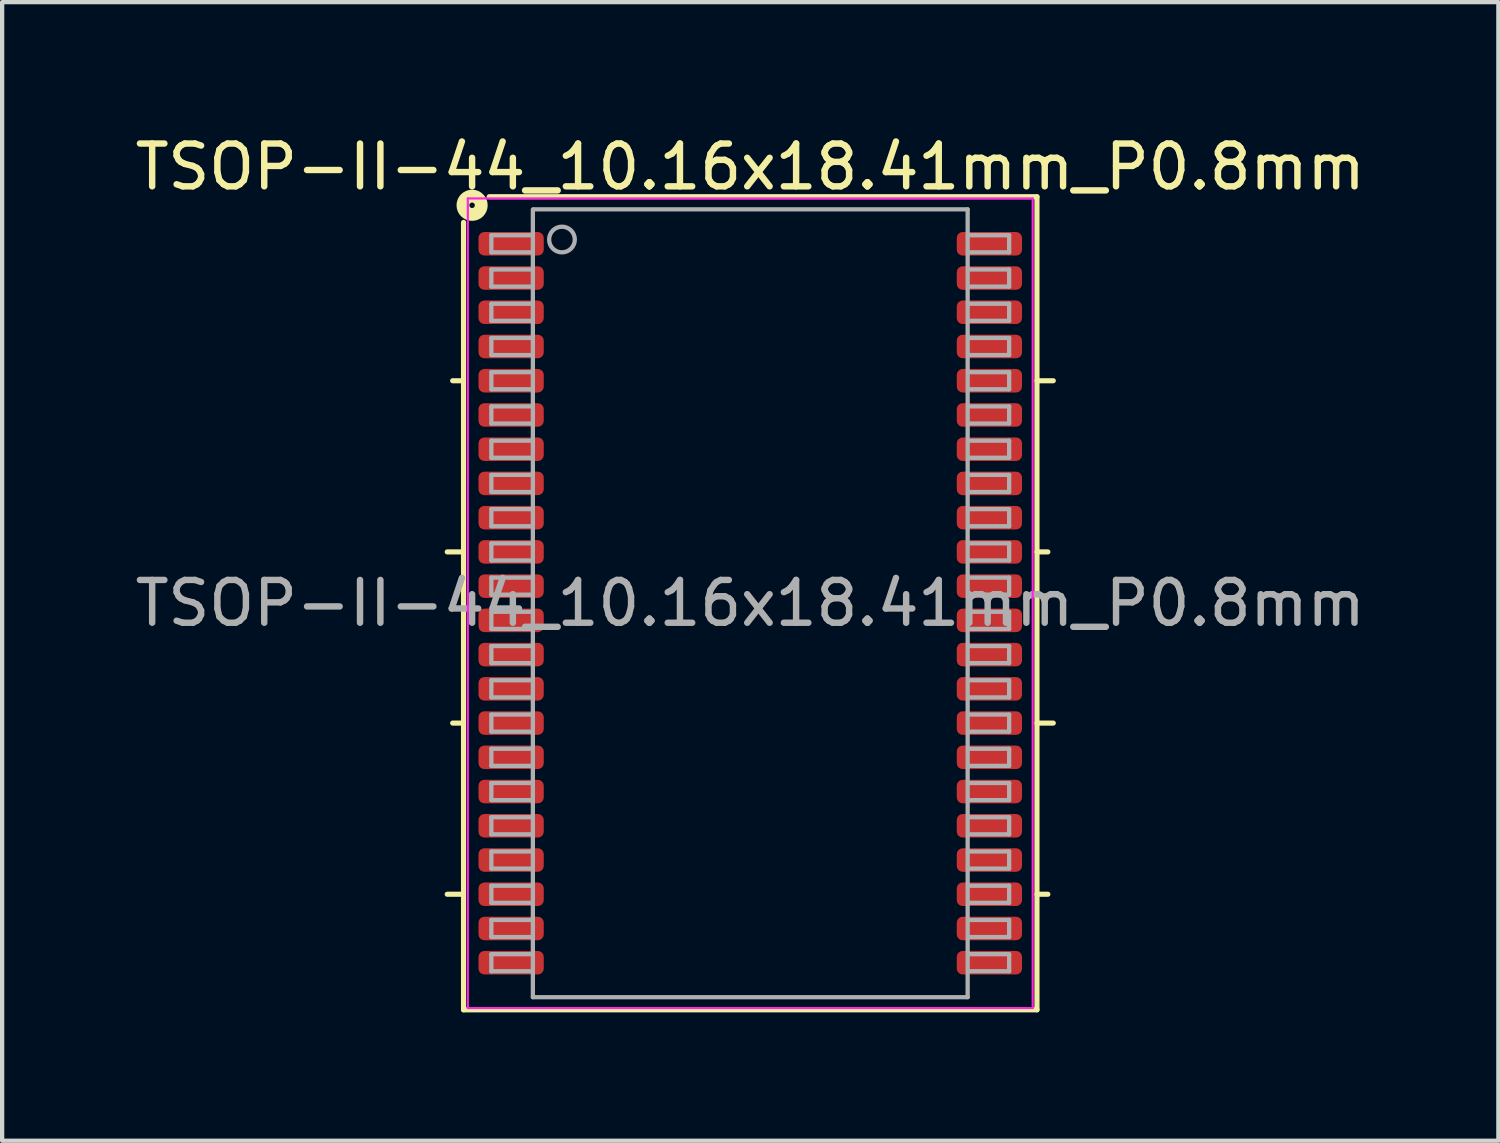
<source format=kicad_pcb>
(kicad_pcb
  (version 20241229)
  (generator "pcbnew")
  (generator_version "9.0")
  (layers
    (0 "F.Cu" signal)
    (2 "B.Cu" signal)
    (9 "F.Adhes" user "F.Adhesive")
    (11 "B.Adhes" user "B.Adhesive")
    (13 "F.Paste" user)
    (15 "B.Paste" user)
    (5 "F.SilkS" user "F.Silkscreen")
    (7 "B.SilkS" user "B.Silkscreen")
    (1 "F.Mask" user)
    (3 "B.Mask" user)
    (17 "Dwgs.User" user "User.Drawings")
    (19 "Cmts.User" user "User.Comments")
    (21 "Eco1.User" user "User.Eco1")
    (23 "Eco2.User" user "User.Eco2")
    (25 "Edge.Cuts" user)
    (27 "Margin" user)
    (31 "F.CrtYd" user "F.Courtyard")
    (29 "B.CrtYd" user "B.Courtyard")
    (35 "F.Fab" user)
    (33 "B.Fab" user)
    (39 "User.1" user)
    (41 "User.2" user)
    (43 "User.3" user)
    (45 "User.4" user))
  (footprint "TSOP-II-44_10.16x18.41mm_P0.8mm"
    (layer "F.Cu")
    (at 14.482 11.047)
    (property "Reference" "TSOP-II-44_10.16x18.41mm_P0.8mm" (at 0 -10.198 0) (layer "F.SilkS") (effects (font (size 1 1) (thickness 0.15))))
    (attr smd)
    (fp_line (start -7.081 6.8) (end -6.7 6.8) (stroke (width 0.12) (type solid)) (layer "F.SilkS"))
    (fp_line (start -6.954 -5.2) (end -6.7 -5.2) (stroke (width 0.12) (type solid)) (layer "F.SilkS"))
    (fp_line (start -6.954 2.8) (end -6.7 2.8) (stroke (width 0.12) (type solid)) (layer "F.SilkS"))
    (fp_line (start -6.7 -8.9) (end -6.7 9.5) (stroke (width 0.12) (type solid)) (layer "F.SilkS"))
    (fp_line (start -6.7 -1.2) (end -7.081 -1.2) (stroke (width 0.12) (type solid)) (layer "F.SilkS"))
    (fp_line (start -6.7 9.5) (end 6.7 9.5) (stroke (width 0.12) (type solid)) (layer "F.SilkS"))
    (fp_line (start 6.7 -9.5) (end -6.1 -9.5) (stroke (width 0.12) (type solid)) (layer "F.SilkS"))
    (fp_line (start 6.7 -5.2) (end 7.081 -5.2) (stroke (width 0.12) (type solid)) (layer "F.SilkS"))
    (fp_line (start 6.7 -1.2) (end 6.954 -1.2) (stroke (width 0.12) (type solid)) (layer "F.SilkS"))
    (fp_line (start 6.7 9.5) (end 6.7 -9.5) (stroke (width 0.12) (type solid)) (layer "F.SilkS"))
    (fp_line (start 6.954 6.8) (end 6.7 6.8) (stroke (width 0.12) (type solid)) (layer "F.SilkS"))
    (fp_line (start 7.081 2.8) (end 6.7 2.8) (stroke (width 0.12) (type solid)) (layer "F.SilkS"))
    (fp_circle (center -6.5 -9.3) (end -6.436 -9.3) (stroke (width 0.3) (type solid)) (fill no) (layer "F.SilkS"))
    (fp_line (start -6.6 -9.46) (end -6.6 9.46) (stroke (width 0.05) (type solid)) (layer "F.CrtYd"))
    (fp_line (start -6.6 9.46) (end 6.6 9.46) (stroke (width 0.05) (type solid)) (layer "F.CrtYd"))
    (fp_line (start 6.6 -9.46) (end -6.6 -9.46) (stroke (width 0.05) (type solid)) (layer "F.CrtYd"))
    (fp_line (start 6.6 9.46) (end 6.6 -9.46) (stroke (width 0.05) (type solid)) (layer "F.CrtYd"))
    (fp_line (start -6.05 -8.6) (end -6.05 -8.2) (stroke (width 0.1) (type solid)) (layer "F.Fab"))
    (fp_line (start -6.05 -8.6) (end -5.1 -8.6) (stroke (width 0.1) (type solid)) (layer "F.Fab"))
    (fp_line (start -6.05 -8.2) (end -5.1 -8.2) (stroke (width 0.1) (type solid)) (layer "F.Fab"))
    (fp_line (start -6.05 -7.8) (end -6.05 -7.4) (stroke (width 0.1) (type solid)) (layer "F.Fab"))
    (fp_line (start -6.05 -7.8) (end -5.1 -7.8) (stroke (width 0.1) (type solid)) (layer "F.Fab"))
    (fp_line (start -6.05 -7.4) (end -5.1 -7.4) (stroke (width 0.1) (type solid)) (layer "F.Fab"))
    (fp_line (start -6.05 -7) (end -6.05 -6.6) (stroke (width 0.1) (type solid)) (layer "F.Fab"))
    (fp_line (start -6.05 -7) (end -5.1 -7) (stroke (width 0.1) (type solid)) (layer "F.Fab"))
    (fp_line (start -6.05 -6.6) (end -5.1 -6.6) (stroke (width 0.1) (type solid)) (layer "F.Fab"))
    (fp_line (start -6.05 -6.2) (end -6.05 -5.8) (stroke (width 0.1) (type solid)) (layer "F.Fab"))
    (fp_line (start -6.05 -6.2) (end -5.1 -6.2) (stroke (width 0.1) (type solid)) (layer "F.Fab"))
    (fp_line (start -6.05 -5.8) (end -5.1 -5.8) (stroke (width 0.1) (type solid)) (layer "F.Fab"))
    (fp_line (start -6.05 -5.4) (end -6.05 -5) (stroke (width 0.1) (type solid)) (layer "F.Fab"))
    (fp_line (start -6.05 -5.4) (end -5.1 -5.4) (stroke (width 0.1) (type solid)) (layer "F.Fab"))
    (fp_line (start -6.05 -5) (end -5.1 -5) (stroke (width 0.1) (type solid)) (layer "F.Fab"))
    (fp_line (start -6.05 -4.6) (end -6.05 -4.2) (stroke (width 0.1) (type solid)) (layer "F.Fab"))
    (fp_line (start -6.05 -4.6) (end -5.1 -4.6) (stroke (width 0.1) (type solid)) (layer "F.Fab"))
    (fp_line (start -6.05 -4.2) (end -5.1 -4.2) (stroke (width 0.1) (type solid)) (layer "F.Fab"))
    (fp_line (start -6.05 -3.8) (end -6.05 -3.4) (stroke (width 0.1) (type solid)) (layer "F.Fab"))
    (fp_line (start -6.05 -3.8) (end -5.1 -3.8) (stroke (width 0.1) (type solid)) (layer "F.Fab"))
    (fp_line (start -6.05 -3.4) (end -5.1 -3.4) (stroke (width 0.1) (type solid)) (layer "F.Fab"))
    (fp_line (start -6.05 -3) (end -6.05 -2.6) (stroke (width 0.1) (type solid)) (layer "F.Fab"))
    (fp_line (start -6.05 -3) (end -5.1 -3) (stroke (width 0.1) (type solid)) (layer "F.Fab"))
    (fp_line (start -6.05 -2.6) (end -5.1 -2.6) (stroke (width 0.1) (type solid)) (layer "F.Fab"))
    (fp_line (start -6.05 -2.2) (end -6.05 -1.8) (stroke (width 0.1) (type solid)) (layer "F.Fab"))
    (fp_line (start -6.05 -2.2) (end -5.1 -2.2) (stroke (width 0.1) (type solid)) (layer "F.Fab"))
    (fp_line (start -6.05 -1.8) (end -5.1 -1.8) (stroke (width 0.1) (type solid)) (layer "F.Fab"))
    (fp_line (start -6.05 -1.4) (end -6.05 -1) (stroke (width 0.1) (type solid)) (layer "F.Fab"))
    (fp_line (start -6.05 -1.4) (end -5.1 -1.4) (stroke (width 0.1) (type solid)) (layer "F.Fab"))
    (fp_line (start -6.05 -1) (end -5.1 -1) (stroke (width 0.1) (type solid)) (layer "F.Fab"))
    (fp_line (start -6.05 -0.6) (end -6.05 -0.2) (stroke (width 0.1) (type solid)) (layer "F.Fab"))
    (fp_line (start -6.05 -0.6) (end -5.1 -0.6) (stroke (width 0.1) (type solid)) (layer "F.Fab"))
    (fp_line (start -6.05 -0.2) (end -5.1 -0.2) (stroke (width 0.1) (type solid)) (layer "F.Fab"))
    (fp_line (start -6.05 0.2) (end -6.05 0.6) (stroke (width 0.1) (type solid)) (layer "F.Fab"))
    (fp_line (start -6.05 0.2) (end -5.1 0.2) (stroke (width 0.1) (type solid)) (layer "F.Fab"))
    (fp_line (start -6.05 0.6) (end -5.1 0.6) (stroke (width 0.1) (type solid)) (layer "F.Fab"))
    (fp_line (start -6.05 1) (end -6.05 1.4) (stroke (width 0.1) (type solid)) (layer "F.Fab"))
    (fp_line (start -6.05 1) (end -5.1 1) (stroke (width 0.1) (type solid)) (layer "F.Fab"))
    (fp_line (start -6.05 1.4) (end -5.1 1.4) (stroke (width 0.1) (type solid)) (layer "F.Fab"))
    (fp_line (start -6.05 1.8) (end -6.05 2.2) (stroke (width 0.1) (type solid)) (layer "F.Fab"))
    (fp_line (start -6.05 1.8) (end -5.1 1.8) (stroke (width 0.1) (type solid)) (layer "F.Fab"))
    (fp_line (start -6.05 2.2) (end -5.1 2.2) (stroke (width 0.1) (type solid)) (layer "F.Fab"))
    (fp_line (start -6.05 2.6) (end -6.05 3) (stroke (width 0.1) (type solid)) (layer "F.Fab"))
    (fp_line (start -6.05 2.6) (end -5.1 2.6) (stroke (width 0.1) (type solid)) (layer "F.Fab"))
    (fp_line (start -6.05 3) (end -5.1 3) (stroke (width 0.1) (type solid)) (layer "F.Fab"))
    (fp_line (start -6.05 3.4) (end -6.05 3.8) (stroke (width 0.1) (type solid)) (layer "F.Fab"))
    (fp_line (start -6.05 3.4) (end -5.1 3.4) (stroke (width 0.1) (type solid)) (layer "F.Fab"))
    (fp_line (start -6.05 3.8) (end -5.1 3.8) (stroke (width 0.1) (type solid)) (layer "F.Fab"))
    (fp_line (start -6.05 4.2) (end -6.05 4.6) (stroke (width 0.1) (type solid)) (layer "F.Fab"))
    (fp_line (start -6.05 4.2) (end -5.1 4.2) (stroke (width 0.1) (type solid)) (layer "F.Fab"))
    (fp_line (start -6.05 4.6) (end -5.1 4.6) (stroke (width 0.1) (type solid)) (layer "F.Fab"))
    (fp_line (start -6.05 5) (end -6.05 5.4) (stroke (width 0.1) (type solid)) (layer "F.Fab"))
    (fp_line (start -6.05 5) (end -5.1 5) (stroke (width 0.1) (type solid)) (layer "F.Fab"))
    (fp_line (start -6.05 5.4) (end -5.1 5.4) (stroke (width 0.1) (type solid)) (layer "F.Fab"))
    (fp_line (start -6.05 5.8) (end -6.05 6.2) (stroke (width 0.1) (type solid)) (layer "F.Fab"))
    (fp_line (start -6.05 5.8) (end -5.1 5.8) (stroke (width 0.1) (type solid)) (layer "F.Fab"))
    (fp_line (start -6.05 6.2) (end -5.1 6.2) (stroke (width 0.1) (type solid)) (layer "F.Fab"))
    (fp_line (start -6.05 6.6) (end -6.05 7) (stroke (width 0.1) (type solid)) (layer "F.Fab"))
    (fp_line (start -6.05 6.6) (end -5.1 6.6) (stroke (width 0.1) (type solid)) (layer "F.Fab"))
    (fp_line (start -6.05 7) (end -5.1 7) (stroke (width 0.1) (type solid)) (layer "F.Fab"))
    (fp_line (start -6.05 7.4) (end -6.05 7.8) (stroke (width 0.1) (type solid)) (layer "F.Fab"))
    (fp_line (start -6.05 7.4) (end -5.1 7.4) (stroke (width 0.1) (type solid)) (layer "F.Fab"))
    (fp_line (start -6.05 7.8) (end -5.1 7.8) (stroke (width 0.1) (type solid)) (layer "F.Fab"))
    (fp_line (start -6.05 8.2) (end -6.05 8.6) (stroke (width 0.1) (type solid)) (layer "F.Fab"))
    (fp_line (start -6.05 8.2) (end -5.1 8.2) (stroke (width 0.1) (type solid)) (layer "F.Fab"))
    (fp_line (start -6.05 8.6) (end -5.1 8.6) (stroke (width 0.1) (type solid)) (layer "F.Fab"))
    (fp_line (start -5.08 9.205) (end -5.08 -9.2) (stroke (width 0.1) (type solid)) (layer "F.Fab"))
    (fp_line (start -5.07 -9.205) (end 5.08 -9.205) (stroke (width 0.1) (type solid)) (layer "F.Fab"))
    (fp_line (start 5.08 -9.205) (end 5.08 9.205) (stroke (width 0.1) (type solid)) (layer "F.Fab"))
    (fp_line (start 5.08 9.205) (end -5.08 9.205) (stroke (width 0.1) (type solid)) (layer "F.Fab"))
    (fp_line (start 6.05 -8.6) (end 5.1 -8.6) (stroke (width 0.1) (type solid)) (layer "F.Fab"))
    (fp_line (start 6.05 -8.2) (end 5.1 -8.2) (stroke (width 0.1) (type solid)) (layer "F.Fab"))
    (fp_line (start 6.05 -8.2) (end 6.05 -8.6) (stroke (width 0.1) (type solid)) (layer "F.Fab"))
    (fp_line (start 6.05 -7.8) (end 5.1 -7.8) (stroke (width 0.1) (type solid)) (layer "F.Fab"))
    (fp_line (start 6.05 -7.4) (end 5.1 -7.4) (stroke (width 0.1) (type solid)) (layer "F.Fab"))
    (fp_line (start 6.05 -7.4) (end 6.05 -7.8) (stroke (width 0.1) (type solid)) (layer "F.Fab"))
    (fp_line (start 6.05 -7) (end 5.1 -7) (stroke (width 0.1) (type solid)) (layer "F.Fab"))
    (fp_line (start 6.05 -6.6) (end 5.1 -6.6) (stroke (width 0.1) (type solid)) (layer "F.Fab"))
    (fp_line (start 6.05 -6.6) (end 6.05 -7) (stroke (width 0.1) (type solid)) (layer "F.Fab"))
    (fp_line (start 6.05 -6.2) (end 5.1 -6.2) (stroke (width 0.1) (type solid)) (layer "F.Fab"))
    (fp_line (start 6.05 -5.8) (end 5.1 -5.8) (stroke (width 0.1) (type solid)) (layer "F.Fab"))
    (fp_line (start 6.05 -5.8) (end 6.05 -6.2) (stroke (width 0.1) (type solid)) (layer "F.Fab"))
    (fp_line (start 6.05 -5.4) (end 5.1 -5.4) (stroke (width 0.1) (type solid)) (layer "F.Fab"))
    (fp_line (start 6.05 -5) (end 5.1 -5) (stroke (width 0.1) (type solid)) (layer "F.Fab"))
    (fp_line (start 6.05 -5) (end 6.05 -5.4) (stroke (width 0.1) (type solid)) (layer "F.Fab"))
    (fp_line (start 6.05 -4.6) (end 5.1 -4.6) (stroke (width 0.1) (type solid)) (layer "F.Fab"))
    (fp_line (start 6.05 -4.2) (end 5.1 -4.2) (stroke (width 0.1) (type solid)) (layer "F.Fab"))
    (fp_line (start 6.05 -4.2) (end 6.05 -4.6) (stroke (width 0.1) (type solid)) (layer "F.Fab"))
    (fp_line (start 6.05 -3.8) (end 5.1 -3.8) (stroke (width 0.1) (type solid)) (layer "F.Fab"))
    (fp_line (start 6.05 -3.4) (end 5.1 -3.4) (stroke (width 0.1) (type solid)) (layer "F.Fab"))
    (fp_line (start 6.05 -3.4) (end 6.05 -3.8) (stroke (width 0.1) (type solid)) (layer "F.Fab"))
    (fp_line (start 6.05 -3) (end 5.1 -3) (stroke (width 0.1) (type solid)) (layer "F.Fab"))
    (fp_line (start 6.05 -2.6) (end 5.1 -2.6) (stroke (width 0.1) (type solid)) (layer "F.Fab"))
    (fp_line (start 6.05 -2.6) (end 6.05 -3) (stroke (width 0.1) (type solid)) (layer "F.Fab"))
    (fp_line (start 6.05 -2.2) (end 5.1 -2.2) (stroke (width 0.1) (type solid)) (layer "F.Fab"))
    (fp_line (start 6.05 -1.8) (end 5.1 -1.8) (stroke (width 0.1) (type solid)) (layer "F.Fab"))
    (fp_line (start 6.05 -1.8) (end 6.05 -2.2) (stroke (width 0.1) (type solid)) (layer "F.Fab"))
    (fp_line (start 6.05 -1.4) (end 5.1 -1.4) (stroke (width 0.1) (type solid)) (layer "F.Fab"))
    (fp_line (start 6.05 -1) (end 5.1 -1) (stroke (width 0.1) (type solid)) (layer "F.Fab"))
    (fp_line (start 6.05 -1) (end 6.05 -1.4) (stroke (width 0.1) (type solid)) (layer "F.Fab"))
    (fp_line (start 6.05 -0.6) (end 5.1 -0.6) (stroke (width 0.1) (type solid)) (layer "F.Fab"))
    (fp_line (start 6.05 -0.2) (end 5.1 -0.2) (stroke (width 0.1) (type solid)) (layer "F.Fab"))
    (fp_line (start 6.05 -0.2) (end 6.05 -0.6) (stroke (width 0.1) (type solid)) (layer "F.Fab"))
    (fp_line (start 6.05 0.2) (end 5.1 0.2) (stroke (width 0.1) (type solid)) (layer "F.Fab"))
    (fp_line (start 6.05 0.6) (end 5.1 0.6) (stroke (width 0.1) (type solid)) (layer "F.Fab"))
    (fp_line (start 6.05 0.6) (end 6.05 0.2) (stroke (width 0.1) (type solid)) (layer "F.Fab"))
    (fp_line (start 6.05 1) (end 5.1 1) (stroke (width 0.1) (type solid)) (layer "F.Fab"))
    (fp_line (start 6.05 1.4) (end 5.1 1.4) (stroke (width 0.1) (type solid)) (layer "F.Fab"))
    (fp_line (start 6.05 1.4) (end 6.05 1) (stroke (width 0.1) (type solid)) (layer "F.Fab"))
    (fp_line (start 6.05 1.8) (end 5.1 1.8) (stroke (width 0.1) (type solid)) (layer "F.Fab"))
    (fp_line (start 6.05 2.2) (end 5.1 2.2) (stroke (width 0.1) (type solid)) (layer "F.Fab"))
    (fp_line (start 6.05 2.2) (end 6.05 1.8) (stroke (width 0.1) (type solid)) (layer "F.Fab"))
    (fp_line (start 6.05 2.6) (end 5.1 2.6) (stroke (width 0.1) (type solid)) (layer "F.Fab"))
    (fp_line (start 6.05 3) (end 5.1 3) (stroke (width 0.1) (type solid)) (layer "F.Fab"))
    (fp_line (start 6.05 3) (end 6.05 2.6) (stroke (width 0.1) (type solid)) (layer "F.Fab"))
    (fp_line (start 6.05 3.4) (end 5.1 3.4) (stroke (width 0.1) (type solid)) (layer "F.Fab"))
    (fp_line (start 6.05 3.8) (end 5.1 3.8) (stroke (width 0.1) (type solid)) (layer "F.Fab"))
    (fp_line (start 6.05 3.8) (end 6.05 3.4) (stroke (width 0.1) (type solid)) (layer "F.Fab"))
    (fp_line (start 6.05 4.2) (end 5.1 4.2) (stroke (width 0.1) (type solid)) (layer "F.Fab"))
    (fp_line (start 6.05 4.6) (end 5.1 4.6) (stroke (width 0.1) (type solid)) (layer "F.Fab"))
    (fp_line (start 6.05 4.6) (end 6.05 4.2) (stroke (width 0.1) (type solid)) (layer "F.Fab"))
    (fp_line (start 6.05 5) (end 5.1 5) (stroke (width 0.1) (type solid)) (layer "F.Fab"))
    (fp_line (start 6.05 5.4) (end 5.1 5.4) (stroke (width 0.1) (type solid)) (layer "F.Fab"))
    (fp_line (start 6.05 5.4) (end 6.05 5) (stroke (width 0.1) (type solid)) (layer "F.Fab"))
    (fp_line (start 6.05 5.8) (end 5.1 5.8) (stroke (width 0.1) (type solid)) (layer "F.Fab"))
    (fp_line (start 6.05 6.2) (end 5.1 6.2) (stroke (width 0.1) (type solid)) (layer "F.Fab"))
    (fp_line (start 6.05 6.2) (end 6.05 5.8) (stroke (width 0.1) (type solid)) (layer "F.Fab"))
    (fp_line (start 6.05 6.6) (end 5.1 6.6) (stroke (width 0.1) (type solid)) (layer "F.Fab"))
    (fp_line (start 6.05 7) (end 5.1 7) (stroke (width 0.1) (type solid)) (layer "F.Fab"))
    (fp_line (start 6.05 7) (end 6.05 6.6) (stroke (width 0.1) (type solid)) (layer "F.Fab"))
    (fp_line (start 6.05 7.4) (end 5.1 7.4) (stroke (width 0.1) (type solid)) (layer "F.Fab"))
    (fp_line (start 6.05 7.8) (end 5.1 7.8) (stroke (width 0.1) (type solid)) (layer "F.Fab"))
    (fp_line (start 6.05 7.8) (end 6.05 7.4) (stroke (width 0.1) (type solid)) (layer "F.Fab"))
    (fp_line (start 6.05 8.2) (end 5.1 8.2) (stroke (width 0.1) (type solid)) (layer "F.Fab"))
    (fp_line (start 6.05 8.6) (end 5.1 8.6) (stroke (width 0.1) (type solid)) (layer "F.Fab"))
    (fp_line (start 6.05 8.6) (end 6.05 8.2) (stroke (width 0.1) (type solid)) (layer "F.Fab"))
    (fp_circle (center -4.4 -8.5) (end -4.1 -8.5) (stroke (width 0.1) (type solid)) (fill no) (layer "F.Fab"))
    (fp_text user "${REFERENCE}" (at 0 0 0) (layer "F.Fab") (effects (font (size 1 1) (thickness 0.15))))
    (pad "1" smd roundrect (at -5.588 -8.4) (size 1.525 0.55) (layers "F.Cu" "F.Mask" "F.Paste") (roundrect_rratio 0.25))
    (pad "2" smd roundrect (at -5.588 -7.6) (size 1.525 0.55) (layers "F.Cu" "F.Mask" "F.Paste") (roundrect_rratio 0.25))
    (pad "3" smd roundrect (at -5.588 -6.8) (size 1.525 0.55) (layers "F.Cu" "F.Mask" "F.Paste") (roundrect_rratio 0.25))
    (pad "4" smd roundrect (at -5.588 -6) (size 1.525 0.55) (layers "F.Cu" "F.Mask" "F.Paste") (roundrect_rratio 0.25))
    (pad "5" smd roundrect (at -5.588 -5.2) (size 1.525 0.55) (layers "F.Cu" "F.Mask" "F.Paste") (roundrect_rratio 0.25))
    (pad "6" smd roundrect (at -5.588 -4.4) (size 1.525 0.55) (layers "F.Cu" "F.Mask" "F.Paste") (roundrect_rratio 0.25))
    (pad "7" smd roundrect (at -5.588 -3.6) (size 1.525 0.55) (layers "F.Cu" "F.Mask" "F.Paste") (roundrect_rratio 0.25))
    (pad "8" smd roundrect (at -5.588 -2.8) (size 1.525 0.55) (layers "F.Cu" "F.Mask" "F.Paste") (roundrect_rratio 0.25))
    (pad "9" smd roundrect (at -5.588 -2) (size 1.525 0.55) (layers "F.Cu" "F.Mask" "F.Paste") (roundrect_rratio 0.25))
    (pad "10" smd roundrect (at -5.588 -1.2) (size 1.525 0.55) (layers "F.Cu" "F.Mask" "F.Paste") (roundrect_rratio 0.25))
    (pad "11" smd roundrect (at -5.588 -0.4) (size 1.525 0.55) (layers "F.Cu" "F.Mask" "F.Paste") (roundrect_rratio 0.25))
    (pad "12" smd roundrect (at -5.588 0.4) (size 1.525 0.55) (layers "F.Cu" "F.Mask" "F.Paste") (roundrect_rratio 0.25))
    (pad "13" smd roundrect (at -5.588 1.2) (size 1.525 0.55) (layers "F.Cu" "F.Mask" "F.Paste") (roundrect_rratio 0.25))
    (pad "14" smd roundrect (at -5.588 2) (size 1.525 0.55) (layers "F.Cu" "F.Mask" "F.Paste") (roundrect_rratio 0.25))
    (pad "15" smd roundrect (at -5.588 2.8) (size 1.525 0.55) (layers "F.Cu" "F.Mask" "F.Paste") (roundrect_rratio 0.25))
    (pad "16" smd roundrect (at -5.588 3.6) (size 1.525 0.55) (layers "F.Cu" "F.Mask" "F.Paste") (roundrect_rratio 0.25))
    (pad "17" smd roundrect (at -5.588 4.4) (size 1.525 0.55) (layers "F.Cu" "F.Mask" "F.Paste") (roundrect_rratio 0.25))
    (pad "18" smd roundrect (at -5.588 5.2) (size 1.525 0.55) (layers "F.Cu" "F.Mask" "F.Paste") (roundrect_rratio 0.25))
    (pad "19" smd roundrect (at -5.588 6) (size 1.525 0.55) (layers "F.Cu" "F.Mask" "F.Paste") (roundrect_rratio 0.25))
    (pad "20" smd roundrect (at -5.588 6.8) (size 1.525 0.55) (layers "F.Cu" "F.Mask" "F.Paste") (roundrect_rratio 0.25))
    (pad "21" smd roundrect (at -5.588 7.6) (size 1.525 0.55) (layers "F.Cu" "F.Mask" "F.Paste") (roundrect_rratio 0.25))
    (pad "22" smd roundrect (at -5.588 8.4) (size 1.525 0.55) (layers "F.Cu" "F.Mask" "F.Paste") (roundrect_rratio 0.25))
    (pad "23" smd roundrect (at 5.588 8.4) (size 1.525 0.55) (layers "F.Cu" "F.Mask" "F.Paste") (roundrect_rratio 0.25))
    (pad "24" smd roundrect (at 5.588 7.6) (size 1.525 0.55) (layers "F.Cu" "F.Mask" "F.Paste") (roundrect_rratio 0.25))
    (pad "25" smd roundrect (at 5.588 6.8) (size 1.525 0.55) (layers "F.Cu" "F.Mask" "F.Paste") (roundrect_rratio 0.25))
    (pad "26" smd roundrect (at 5.588 6) (size 1.525 0.55) (layers "F.Cu" "F.Mask" "F.Paste") (roundrect_rratio 0.25))
    (pad "27" smd roundrect (at 5.588 5.2) (size 1.525 0.55) (layers "F.Cu" "F.Mask" "F.Paste") (roundrect_rratio 0.25))
    (pad "28" smd roundrect (at 5.588 4.4) (size 1.525 0.55) (layers "F.Cu" "F.Mask" "F.Paste") (roundrect_rratio 0.25))
    (pad "29" smd roundrect (at 5.588 3.6) (size 1.525 0.55) (layers "F.Cu" "F.Mask" "F.Paste") (roundrect_rratio 0.25))
    (pad "30" smd roundrect (at 5.588 2.8) (size 1.525 0.55) (layers "F.Cu" "F.Mask" "F.Paste") (roundrect_rratio 0.25))
    (pad "31" smd roundrect (at 5.588 2) (size 1.525 0.55) (layers "F.Cu" "F.Mask" "F.Paste") (roundrect_rratio 0.25))
    (pad "32" smd roundrect (at 5.588 1.2) (size 1.525 0.55) (layers "F.Cu" "F.Mask" "F.Paste") (roundrect_rratio 0.25))
    (pad "33" smd roundrect (at 5.588 0.4) (size 1.525 0.55) (layers "F.Cu" "F.Mask" "F.Paste") (roundrect_rratio 0.25))
    (pad "34" smd roundrect (at 5.588 -0.4) (size 1.525 0.55) (layers "F.Cu" "F.Mask" "F.Paste") (roundrect_rratio 0.25))
    (pad "35" smd roundrect (at 5.588 -1.2) (size 1.525 0.55) (layers "F.Cu" "F.Mask" "F.Paste") (roundrect_rratio 0.25))
    (pad "36" smd roundrect (at 5.588 -2) (size 1.525 0.55) (layers "F.Cu" "F.Mask" "F.Paste") (roundrect_rratio 0.25))
    (pad "37" smd roundrect (at 5.588 -2.8) (size 1.525 0.55) (layers "F.Cu" "F.Mask" "F.Paste") (roundrect_rratio 0.25))
    (pad "38" smd roundrect (at 5.588 -3.6) (size 1.525 0.55) (layers "F.Cu" "F.Mask" "F.Paste") (roundrect_rratio 0.25))
    (pad "39" smd roundrect (at 5.588 -4.4) (size 1.525 0.55) (layers "F.Cu" "F.Mask" "F.Paste") (roundrect_rratio 0.25))
    (pad "40" smd roundrect (at 5.588 -5.2) (size 1.525 0.55) (layers "F.Cu" "F.Mask" "F.Paste") (roundrect_rratio 0.25))
    (pad "41" smd roundrect (at 5.588 -6) (size 1.525 0.55) (layers "F.Cu" "F.Mask" "F.Paste") (roundrect_rratio 0.25))
    (pad "42" smd roundrect (at 5.588 -6.8) (size 1.525 0.55) (layers "F.Cu" "F.Mask" "F.Paste") (roundrect_rratio 0.25))
    (pad "43" smd roundrect (at 5.588 -7.6) (size 1.525 0.55) (layers "F.Cu" "F.Mask" "F.Paste") (roundrect_rratio 0.25))
    (pad "44" smd roundrect (at 5.588 -8.4) (size 1.525 0.55) (layers "F.Cu" "F.Mask" "F.Paste") (roundrect_rratio 0.25)))
  (gr_rect
    (start -3 -3)
    (end 31.964 23.607)
    (stroke (width 0.1) (type default))
    (fill no)
    (layer "Edge.Cuts")))
</source>
